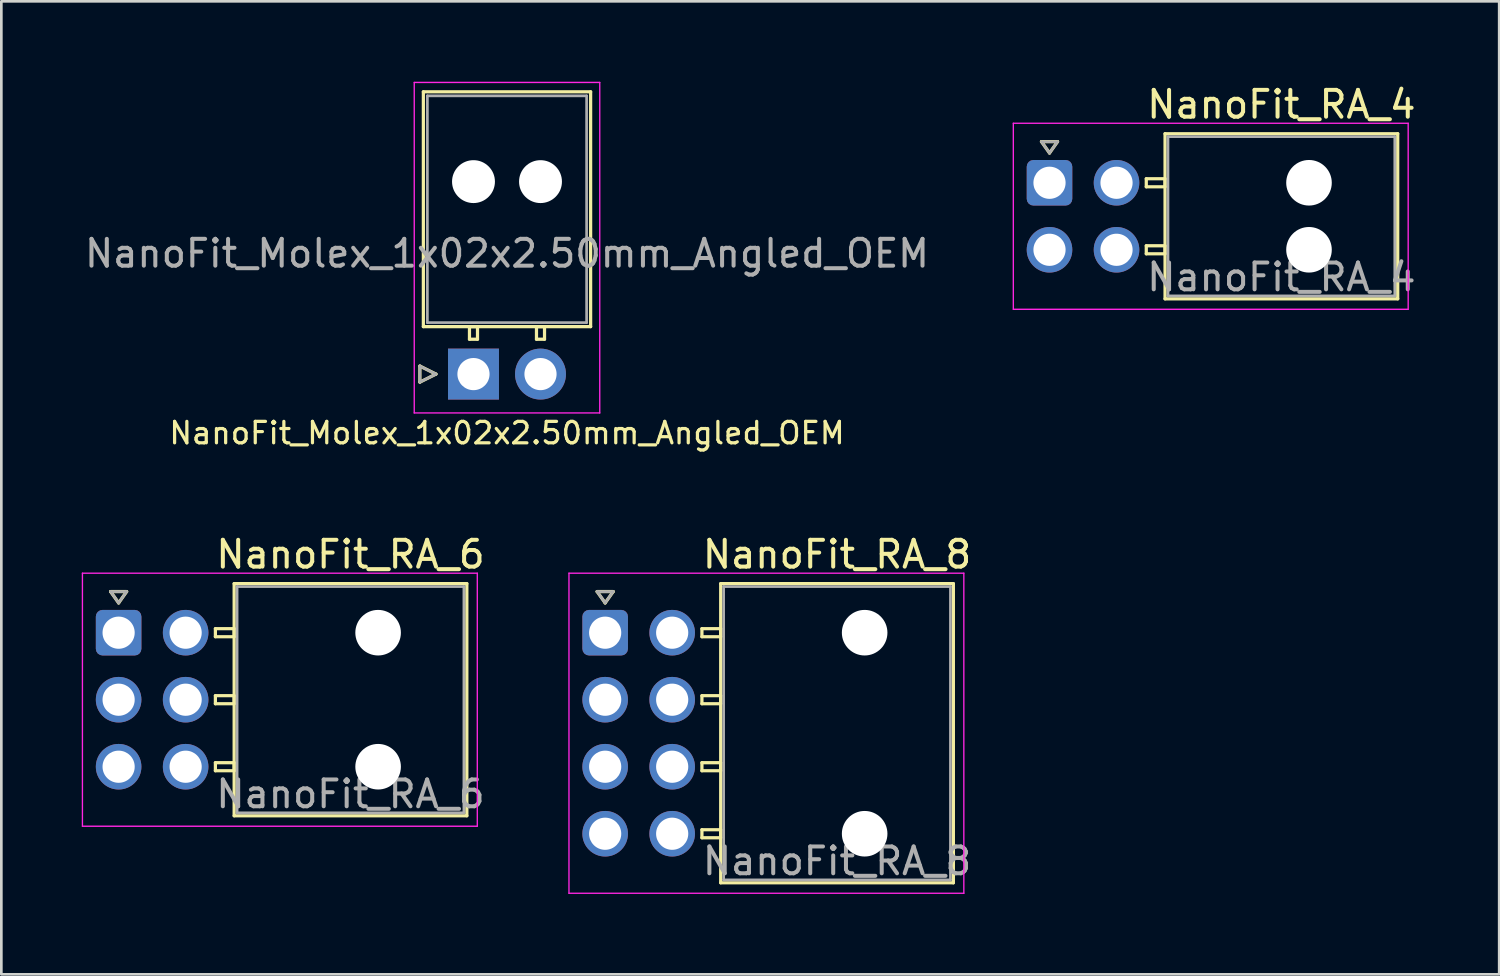
<source format=kicad_pcb>
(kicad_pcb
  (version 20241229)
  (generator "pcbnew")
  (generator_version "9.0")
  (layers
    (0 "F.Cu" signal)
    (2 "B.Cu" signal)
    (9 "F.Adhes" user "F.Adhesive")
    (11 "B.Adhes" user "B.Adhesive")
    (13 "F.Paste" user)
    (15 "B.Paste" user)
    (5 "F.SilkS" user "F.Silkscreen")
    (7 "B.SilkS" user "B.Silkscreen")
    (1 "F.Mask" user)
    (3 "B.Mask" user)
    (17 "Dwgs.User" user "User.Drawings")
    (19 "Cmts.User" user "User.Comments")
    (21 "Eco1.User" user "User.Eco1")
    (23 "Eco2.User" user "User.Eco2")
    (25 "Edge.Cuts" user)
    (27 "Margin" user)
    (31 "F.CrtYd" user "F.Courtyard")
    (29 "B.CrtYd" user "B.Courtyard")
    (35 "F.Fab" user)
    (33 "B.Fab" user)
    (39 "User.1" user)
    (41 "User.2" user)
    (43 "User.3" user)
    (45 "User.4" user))
  (footprint "NanoFit_RA_8"
    (layer "F.Cu")
    (at 19.525 20.552)
    (property "Reference" "NanoFit_RA_8" (at 8.65 -2.92 0) (layer "F.SilkS") (effects (font (size 1 1) (thickness 0.15))))
    (attr through_hole)
    (fp_line (start -0.3 -1.534) (end 0 -1.11) (stroke (width 0.12) (type solid)) (layer "F.SilkS"))
    (fp_line (start 0 -1.11) (end 0.3 -1.534) (stroke (width 0.12) (type solid)) (layer "F.SilkS"))
    (fp_line (start 0.3 -1.534) (end -0.3 -1.534) (stroke (width 0.12) (type solid)) (layer "F.SilkS"))
    (fp_line (start 3.61 -0.15) (end 3.61 0.15) (stroke (width 0.12) (type solid)) (layer "F.SilkS"))
    (fp_line (start 3.61 0.15) (end 4.31 0.15) (stroke (width 0.12) (type solid)) (layer "F.SilkS"))
    (fp_line (start 3.61 2.35) (end 3.61 2.65) (stroke (width 0.12) (type solid)) (layer "F.SilkS"))
    (fp_line (start 3.61 2.65) (end 4.31 2.65) (stroke (width 0.12) (type solid)) (layer "F.SilkS"))
    (fp_line (start 3.61 4.85) (end 3.61 5.15) (stroke (width 0.12) (type solid)) (layer "F.SilkS"))
    (fp_line (start 3.61 5.15) (end 4.31 5.15) (stroke (width 0.12) (type solid)) (layer "F.SilkS"))
    (fp_line (start 3.61 7.35) (end 3.61 7.65) (stroke (width 0.12) (type solid)) (layer "F.SilkS"))
    (fp_line (start 3.61 7.65) (end 4.31 7.65) (stroke (width 0.12) (type solid)) (layer "F.SilkS"))
    (fp_line (start 4.31 -1.83) (end 4.31 9.33) (stroke (width 0.12) (type solid)) (layer "F.SilkS"))
    (fp_line (start 4.31 -0.15) (end 3.61 -0.15) (stroke (width 0.12) (type solid)) (layer "F.SilkS"))
    (fp_line (start 4.31 0.15) (end 4.31 -0.15) (stroke (width 0.12) (type solid)) (layer "F.SilkS"))
    (fp_line (start 4.31 2.35) (end 3.61 2.35) (stroke (width 0.12) (type solid)) (layer "F.SilkS"))
    (fp_line (start 4.31 2.65) (end 4.31 2.35) (stroke (width 0.12) (type solid)) (layer "F.SilkS"))
    (fp_line (start 4.31 4.85) (end 3.61 4.85) (stroke (width 0.12) (type solid)) (layer "F.SilkS"))
    (fp_line (start 4.31 5.15) (end 4.31 4.85) (stroke (width 0.12) (type solid)) (layer "F.SilkS"))
    (fp_line (start 4.31 7.35) (end 3.61 7.35) (stroke (width 0.12) (type solid)) (layer "F.SilkS"))
    (fp_line (start 4.31 7.65) (end 4.31 7.35) (stroke (width 0.12) (type solid)) (layer "F.SilkS"))
    (fp_line (start 4.31 9.33) (end 12.99 9.33) (stroke (width 0.12) (type solid)) (layer "F.SilkS"))
    (fp_line (start 12.99 -1.83) (end 4.31 -1.83) (stroke (width 0.12) (type solid)) (layer "F.SilkS"))
    (fp_line (start 12.99 9.33) (end 12.99 -1.83) (stroke (width 0.12) (type solid)) (layer "F.SilkS"))
    (fp_line (start -1.35 -2.22) (end -1.35 9.72) (stroke (width 0.05) (type solid)) (layer "F.CrtYd"))
    (fp_line (start -1.35 9.72) (end 13.38 9.72) (stroke (width 0.05) (type solid)) (layer "F.CrtYd"))
    (fp_line (start 13.38 -2.22) (end -1.35 -2.22) (stroke (width 0.05) (type solid)) (layer "F.CrtYd"))
    (fp_line (start 13.38 9.72) (end 13.38 -2.22) (stroke (width 0.05) (type solid)) (layer "F.CrtYd"))
    (fp_line (start -0.3 -1.534) (end 0 -1.11) (stroke (width 0.1) (type solid)) (layer "F.Fab"))
    (fp_line (start 0 -1.11) (end 0.3 -1.534) (stroke (width 0.1) (type solid)) (layer "F.Fab"))
    (fp_line (start 0.3 -1.534) (end -0.3 -1.534) (stroke (width 0.1) (type solid)) (layer "F.Fab"))
    (fp_line (start 4.42 -1.72) (end 4.42 9.22) (stroke (width 0.1) (type solid)) (layer "F.Fab"))
    (fp_line (start 4.42 9.22) (end 12.88 9.22) (stroke (width 0.1) (type solid)) (layer "F.Fab"))
    (fp_line (start 12.88 -1.72) (end 4.42 -1.72) (stroke (width 0.1) (type solid)) (layer "F.Fab"))
    (fp_line (start 12.88 9.22) (end 12.88 -1.72) (stroke (width 0.1) (type solid)) (layer "F.Fab"))
    (fp_text user "${REFERENCE}" (at 8.65 8.52 0) (layer "F.Fab") (effects (font (size 1 1) (thickness 0.15))))
    (pad "" np_thru_hole circle (at 9.68 0) (size 1.7 1.7) (drill 1.7) (layers "*.Cu" "*.Mask"))
    (pad "" np_thru_hole circle (at 9.68 7.5) (size 1.7 1.7) (drill 1.7) (layers "*.Cu" "*.Mask"))
    (pad "1" thru_hole roundrect (at 0 0) (size 1.7 1.7) (drill 1.2) (layers "*.Cu" "*.Mask") (roundrect_rratio 0.147))
    (pad "2" thru_hole circle (at 0 2.5) (size 1.7 1.7) (drill 1.2) (layers "*.Cu" "*.Mask"))
    (pad "3" thru_hole circle (at 0 5) (size 1.7 1.7) (drill 1.2) (layers "*.Cu" "*.Mask"))
    (pad "4" thru_hole circle (at 0 7.5) (size 1.7 1.7) (drill 1.2) (layers "*.Cu" "*.Mask"))
    (pad "5" thru_hole circle (at 2.5 0) (size 1.7 1.7) (drill 1.2) (layers "*.Cu" "*.Mask"))
    (pad "6" thru_hole circle (at 2.5 2.5) (size 1.7 1.7) (drill 1.2) (layers "*.Cu" "*.Mask"))
    (pad "7" thru_hole circle (at 2.5 5) (size 1.7 1.7) (drill 1.2) (layers "*.Cu" "*.Mask"))
    (pad "8" thru_hole circle (at 2.5 7.5) (size 1.7 1.7) (drill 1.2) (layers "*.Cu" "*.Mask")))
  (footprint "NanoFit_RA_6"
    (layer "F.Cu")
    (at 1.375 20.552)
    (property "Reference" "NanoFit_RA_6" (at 8.65 -2.92 0) (layer "F.SilkS") (effects (font (size 1 1) (thickness 0.15))))
    (attr through_hole)
    (fp_line (start -0.3 -1.534) (end 0 -1.11) (stroke (width 0.12) (type solid)) (layer "F.SilkS"))
    (fp_line (start 0 -1.11) (end 0.3 -1.534) (stroke (width 0.12) (type solid)) (layer "F.SilkS"))
    (fp_line (start 0.3 -1.534) (end -0.3 -1.534) (stroke (width 0.12) (type solid)) (layer "F.SilkS"))
    (fp_line (start 3.61 -0.15) (end 3.61 0.15) (stroke (width 0.12) (type solid)) (layer "F.SilkS"))
    (fp_line (start 3.61 0.15) (end 4.31 0.15) (stroke (width 0.12) (type solid)) (layer "F.SilkS"))
    (fp_line (start 3.61 2.35) (end 3.61 2.65) (stroke (width 0.12) (type solid)) (layer "F.SilkS"))
    (fp_line (start 3.61 2.65) (end 4.31 2.65) (stroke (width 0.12) (type solid)) (layer "F.SilkS"))
    (fp_line (start 3.61 4.85) (end 3.61 5.15) (stroke (width 0.12) (type solid)) (layer "F.SilkS"))
    (fp_line (start 3.61 5.15) (end 4.31 5.15) (stroke (width 0.12) (type solid)) (layer "F.SilkS"))
    (fp_line (start 4.31 -1.83) (end 4.31 6.83) (stroke (width 0.12) (type solid)) (layer "F.SilkS"))
    (fp_line (start 4.31 -0.15) (end 3.61 -0.15) (stroke (width 0.12) (type solid)) (layer "F.SilkS"))
    (fp_line (start 4.31 0.15) (end 4.31 -0.15) (stroke (width 0.12) (type solid)) (layer "F.SilkS"))
    (fp_line (start 4.31 2.35) (end 3.61 2.35) (stroke (width 0.12) (type solid)) (layer "F.SilkS"))
    (fp_line (start 4.31 2.65) (end 4.31 2.35) (stroke (width 0.12) (type solid)) (layer "F.SilkS"))
    (fp_line (start 4.31 4.85) (end 3.61 4.85) (stroke (width 0.12) (type solid)) (layer "F.SilkS"))
    (fp_line (start 4.31 5.15) (end 4.31 4.85) (stroke (width 0.12) (type solid)) (layer "F.SilkS"))
    (fp_line (start 4.31 6.83) (end 12.99 6.83) (stroke (width 0.12) (type solid)) (layer "F.SilkS"))
    (fp_line (start 12.99 -1.83) (end 4.31 -1.83) (stroke (width 0.12) (type solid)) (layer "F.SilkS"))
    (fp_line (start 12.99 6.83) (end 12.99 -1.83) (stroke (width 0.12) (type solid)) (layer "F.SilkS"))
    (fp_line (start -1.35 -2.22) (end -1.35 7.22) (stroke (width 0.05) (type solid)) (layer "F.CrtYd"))
    (fp_line (start -1.35 7.22) (end 13.38 7.22) (stroke (width 0.05) (type solid)) (layer "F.CrtYd"))
    (fp_line (start 13.38 -2.22) (end -1.35 -2.22) (stroke (width 0.05) (type solid)) (layer "F.CrtYd"))
    (fp_line (start 13.38 7.22) (end 13.38 -2.22) (stroke (width 0.05) (type solid)) (layer "F.CrtYd"))
    (fp_line (start -0.3 -1.534) (end 0 -1.11) (stroke (width 0.1) (type solid)) (layer "F.Fab"))
    (fp_line (start 0 -1.11) (end 0.3 -1.534) (stroke (width 0.1) (type solid)) (layer "F.Fab"))
    (fp_line (start 0.3 -1.534) (end -0.3 -1.534) (stroke (width 0.1) (type solid)) (layer "F.Fab"))
    (fp_line (start 4.42 -1.72) (end 4.42 6.72) (stroke (width 0.1) (type solid)) (layer "F.Fab"))
    (fp_line (start 4.42 6.72) (end 12.88 6.72) (stroke (width 0.1) (type solid)) (layer "F.Fab"))
    (fp_line (start 12.88 -1.72) (end 4.42 -1.72) (stroke (width 0.1) (type solid)) (layer "F.Fab"))
    (fp_line (start 12.88 6.72) (end 12.88 -1.72) (stroke (width 0.1) (type solid)) (layer "F.Fab"))
    (fp_text user "${REFERENCE}" (at 8.65 6.02 0) (layer "F.Fab") (effects (font (size 1 1) (thickness 0.15))))
    (pad "" np_thru_hole circle (at 9.68 0) (size 1.7 1.7) (drill 1.7) (layers "*.Cu" "*.Mask"))
    (pad "" np_thru_hole circle (at 9.68 5) (size 1.7 1.7) (drill 1.7) (layers "*.Cu" "*.Mask"))
    (pad "1" thru_hole roundrect (at 0 0) (size 1.7 1.7) (drill 1.2) (layers "*.Cu" "*.Mask") (roundrect_rratio 0.147))
    (pad "2" thru_hole circle (at 0 2.5) (size 1.7 1.7) (drill 1.2) (layers "*.Cu" "*.Mask"))
    (pad "3" thru_hole circle (at 0 5) (size 1.7 1.7) (drill 1.2) (layers "*.Cu" "*.Mask"))
    (pad "4" thru_hole circle (at 2.5 0) (size 1.7 1.7) (drill 1.2) (layers "*.Cu" "*.Mask"))
    (pad "5" thru_hole circle (at 2.5 2.5) (size 1.7 1.7) (drill 1.2) (layers "*.Cu" "*.Mask"))
    (pad "6" thru_hole circle (at 2.5 5) (size 1.7 1.7) (drill 1.2) (layers "*.Cu" "*.Mask")))
  (footprint "NanoFit_RA_4"
    (layer "F.Cu")
    (at 36.101 3.768)
    (property "Reference" "NanoFit_RA_4" (at 8.65 -2.92 0) (layer "F.SilkS") (effects (font (size 1 1) (thickness 0.15))))
    (attr through_hole)
    (fp_line (start -0.3 -1.534) (end 0 -1.11) (stroke (width 0.12) (type solid)) (layer "F.SilkS"))
    (fp_line (start 0 -1.11) (end 0.3 -1.534) (stroke (width 0.12) (type solid)) (layer "F.SilkS"))
    (fp_line (start 0.3 -1.534) (end -0.3 -1.534) (stroke (width 0.12) (type solid)) (layer "F.SilkS"))
    (fp_line (start 3.61 -0.15) (end 3.61 0.15) (stroke (width 0.12) (type solid)) (layer "F.SilkS"))
    (fp_line (start 3.61 0.15) (end 4.31 0.15) (stroke (width 0.12) (type solid)) (layer "F.SilkS"))
    (fp_line (start 3.61 2.35) (end 3.61 2.65) (stroke (width 0.12) (type solid)) (layer "F.SilkS"))
    (fp_line (start 3.61 2.65) (end 4.31 2.65) (stroke (width 0.12) (type solid)) (layer "F.SilkS"))
    (fp_line (start 4.31 -1.83) (end 4.31 4.33) (stroke (width 0.12) (type solid)) (layer "F.SilkS"))
    (fp_line (start 4.31 -0.15) (end 3.61 -0.15) (stroke (width 0.12) (type solid)) (layer "F.SilkS"))
    (fp_line (start 4.31 0.15) (end 4.31 -0.15) (stroke (width 0.12) (type solid)) (layer "F.SilkS"))
    (fp_line (start 4.31 2.35) (end 3.61 2.35) (stroke (width 0.12) (type solid)) (layer "F.SilkS"))
    (fp_line (start 4.31 2.65) (end 4.31 2.35) (stroke (width 0.12) (type solid)) (layer "F.SilkS"))
    (fp_line (start 4.31 4.33) (end 12.99 4.33) (stroke (width 0.12) (type solid)) (layer "F.SilkS"))
    (fp_line (start 12.99 -1.83) (end 4.31 -1.83) (stroke (width 0.12) (type solid)) (layer "F.SilkS"))
    (fp_line (start 12.99 4.33) (end 12.99 -1.83) (stroke (width 0.12) (type solid)) (layer "F.SilkS"))
    (fp_line (start -1.35 -2.22) (end -1.35 4.72) (stroke (width 0.05) (type solid)) (layer "F.CrtYd"))
    (fp_line (start -1.35 4.72) (end 13.38 4.72) (stroke (width 0.05) (type solid)) (layer "F.CrtYd"))
    (fp_line (start 13.38 -2.22) (end -1.35 -2.22) (stroke (width 0.05) (type solid)) (layer "F.CrtYd"))
    (fp_line (start 13.38 4.72) (end 13.38 -2.22) (stroke (width 0.05) (type solid)) (layer "F.CrtYd"))
    (fp_line (start -0.3 -1.534) (end 0 -1.11) (stroke (width 0.1) (type solid)) (layer "F.Fab"))
    (fp_line (start 0 -1.11) (end 0.3 -1.534) (stroke (width 0.1) (type solid)) (layer "F.Fab"))
    (fp_line (start 0.3 -1.534) (end -0.3 -1.534) (stroke (width 0.1) (type solid)) (layer "F.Fab"))
    (fp_line (start 4.42 -1.72) (end 4.42 4.22) (stroke (width 0.1) (type solid)) (layer "F.Fab"))
    (fp_line (start 4.42 4.22) (end 12.88 4.22) (stroke (width 0.1) (type solid)) (layer "F.Fab"))
    (fp_line (start 12.88 -1.72) (end 4.42 -1.72) (stroke (width 0.1) (type solid)) (layer "F.Fab"))
    (fp_line (start 12.88 4.22) (end 12.88 -1.72) (stroke (width 0.1) (type solid)) (layer "F.Fab"))
    (fp_text user "${REFERENCE}" (at 8.65 3.52 0) (layer "F.Fab") (effects (font (size 1 1) (thickness 0.15))))
    (pad "" np_thru_hole circle (at 9.68 0) (size 1.7 1.7) (drill 1.7) (layers "*.Cu" "*.Mask"))
    (pad "" np_thru_hole circle (at 9.68 2.5) (size 1.7 1.7) (drill 1.7) (layers "*.Cu" "*.Mask"))
    (pad "1" thru_hole roundrect (at 0 0) (size 1.7 1.7) (drill 1.2) (layers "*.Cu" "*.Mask") (roundrect_rratio 0.147))
    (pad "2" thru_hole circle (at 0 2.5) (size 1.7 1.7) (drill 1.2) (layers "*.Cu" "*.Mask"))
    (pad "3" thru_hole circle (at 2.5 0) (size 1.7 1.7) (drill 1.2) (layers "*.Cu" "*.Mask"))
    (pad "4" thru_hole circle (at 2.5 2.5) (size 1.7 1.7) (drill 1.2) (layers "*.Cu" "*.Mask")))
  (footprint "NanoFit_Molex_1x02x2.50mm_Angled_OEM"
    (layer "F.Cu")
    (at 14.613 10.905)
    (property "Reference" "NanoFit_Molex_1x02x2.50mm_Angled_OEM" (at 1.25 2.2 0) (layer "F.SilkS") (effects (font (size 0.8 0.8) (thickness 0.12))))
    (attr through_hole)
    (fp_line (start -2 -0.3) (end -1.4 0) (stroke (width 0.12) (type solid)) (layer "F.SilkS"))
    (fp_line (start -2 0.3) (end -2 -0.3) (stroke (width 0.12) (type solid)) (layer "F.SilkS"))
    (fp_line (start -1.87 -10.53) (end -1.87 -1.77) (stroke (width 0.12) (type solid)) (layer "F.SilkS"))
    (fp_line (start -1.87 -1.77) (end 4.37 -1.77) (stroke (width 0.12) (type solid)) (layer "F.SilkS"))
    (fp_line (start -1.4 0) (end -2 0.3) (stroke (width 0.12) (type solid)) (layer "F.SilkS"))
    (fp_line (start -0.15 -1.77) (end -0.15 -1.3) (stroke (width 0.12) (type solid)) (layer "F.SilkS"))
    (fp_line (start -0.15 -1.3) (end 0.15 -1.3) (stroke (width 0.12) (type solid)) (layer "F.SilkS"))
    (fp_line (start 0.15 -1.77) (end -0.15 -1.77) (stroke (width 0.12) (type solid)) (layer "F.SilkS"))
    (fp_line (start 0.15 -1.3) (end 0.15 -1.77) (stroke (width 0.12) (type solid)) (layer "F.SilkS"))
    (fp_line (start 2.35 -1.77) (end 2.35 -1.3) (stroke (width 0.12) (type solid)) (layer "F.SilkS"))
    (fp_line (start 2.35 -1.3) (end 2.65 -1.3) (stroke (width 0.12) (type solid)) (layer "F.SilkS"))
    (fp_line (start 2.65 -1.77) (end 2.35 -1.77) (stroke (width 0.12) (type solid)) (layer "F.SilkS"))
    (fp_line (start 2.65 -1.3) (end 2.65 -1.77) (stroke (width 0.12) (type solid)) (layer "F.SilkS"))
    (fp_line (start 4.37 -10.53) (end -1.87 -10.53) (stroke (width 0.12) (type solid)) (layer "F.SilkS"))
    (fp_line (start 4.37 -1.77) (end 4.37 -10.53) (stroke (width 0.12) (type solid)) (layer "F.SilkS"))
    (fp_line (start -2.21 -10.88) (end -2.21 1.45) (stroke (width 0.05) (type solid)) (layer "F.CrtYd"))
    (fp_line (start -2.21 1.45) (end 4.71 1.45) (stroke (width 0.05) (type solid)) (layer "F.CrtYd"))
    (fp_line (start 4.71 -10.88) (end -2.21 -10.88) (stroke (width 0.05) (type solid)) (layer "F.CrtYd"))
    (fp_line (start 4.71 1.45) (end 4.71 -10.88) (stroke (width 0.05) (type solid)) (layer "F.CrtYd"))
    (fp_line (start -2 -0.3) (end -1.4 0) (stroke (width 0.1) (type solid)) (layer "F.Fab"))
    (fp_line (start -2 0.3) (end -2 -0.3) (stroke (width 0.1) (type solid)) (layer "F.Fab"))
    (fp_line (start -1.72 -10.38) (end -1.72 -1.92) (stroke (width 0.1) (type solid)) (layer "F.Fab"))
    (fp_line (start -1.72 -1.92) (end 4.22 -1.92) (stroke (width 0.1) (type solid)) (layer "F.Fab"))
    (fp_line (start -1.4 0) (end -2 0.3) (stroke (width 0.1) (type solid)) (layer "F.Fab"))
    (fp_line (start 4.22 -10.38) (end -1.72 -10.38) (stroke (width 0.1) (type solid)) (layer "F.Fab"))
    (fp_line (start 4.22 -1.92) (end 4.22 -10.38) (stroke (width 0.1) (type solid)) (layer "F.Fab"))
    (fp_text user "${REFERENCE}" (at 1.25 -4.5 0) (layer "F.Fab") (effects (font (size 1 1) (thickness 0.15))))
    (pad "" np_thru_hole circle (at 0 -7.18) (size 1.6 1.6) (drill 1.6) (layers "*.Cu" "*.Mask"))
    (pad "" np_thru_hole circle (at 2.5 -7.18) (size 1.6 1.6) (drill 1.6) (layers "*.Cu" "*.Mask"))
    (pad "1" thru_hole rect (at 0 0) (size 1.9 1.9) (drill 1.2) (layers "*.Cu" "*.Mask"))
    (pad "2" thru_hole circle (at 2.5 0) (size 1.9 1.9) (drill 1.2) (layers "*.Cu" "*.Mask")))
  (gr_rect
    (start -3 -3)
    (end 52.876 33.297)
    (stroke (width 0.1) (type default))
    (fill no)
    (layer "Edge.Cuts")))
</source>
